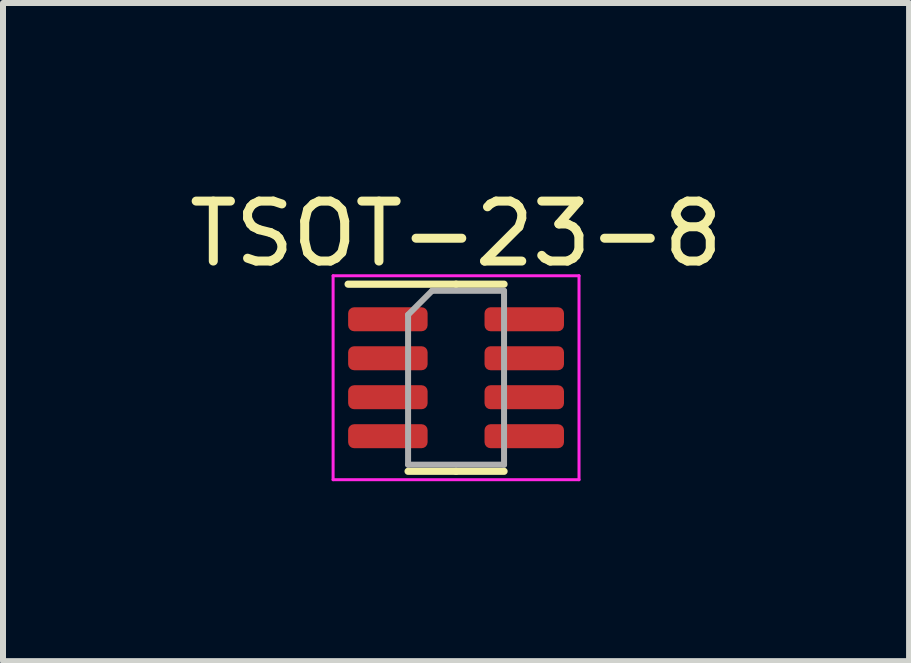
<source format=kicad_pcb>
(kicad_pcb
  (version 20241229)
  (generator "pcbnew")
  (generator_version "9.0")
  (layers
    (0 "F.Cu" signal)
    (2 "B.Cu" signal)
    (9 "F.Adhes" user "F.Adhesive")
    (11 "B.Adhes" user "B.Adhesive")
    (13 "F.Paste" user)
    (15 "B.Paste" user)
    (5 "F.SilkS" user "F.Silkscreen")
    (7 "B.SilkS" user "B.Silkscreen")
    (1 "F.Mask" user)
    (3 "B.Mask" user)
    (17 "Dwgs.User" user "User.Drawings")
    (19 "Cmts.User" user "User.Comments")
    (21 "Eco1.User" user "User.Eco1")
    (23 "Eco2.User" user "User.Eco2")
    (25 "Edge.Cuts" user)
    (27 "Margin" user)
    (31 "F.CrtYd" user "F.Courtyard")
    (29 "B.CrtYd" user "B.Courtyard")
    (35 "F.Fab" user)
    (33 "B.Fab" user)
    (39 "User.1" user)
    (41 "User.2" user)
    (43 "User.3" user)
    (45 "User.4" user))
  (footprint "TSOT-23-8"
    (layer "F.Cu")
    (at 4.554 3.248)
    (property "Reference" "TSOT-23-8" (at 0 -2.4 0) (layer "F.SilkS") (effects (font (size 1 1) (thickness 0.15))))
    (attr smd)
    (fp_line (start 0 -1.56) (end -1.8 -1.56) (stroke (width 0.12) (type solid)) (layer "F.SilkS"))
    (fp_line (start 0 -1.56) (end 0.8 -1.56) (stroke (width 0.12) (type solid)) (layer "F.SilkS"))
    (fp_line (start 0 1.56) (end -0.8 1.56) (stroke (width 0.12) (type solid)) (layer "F.SilkS"))
    (fp_line (start 0 1.56) (end 0.8 1.56) (stroke (width 0.12) (type solid)) (layer "F.SilkS"))
    (fp_line (start -2.05 -1.7) (end -2.05 1.7) (stroke (width 0.05) (type solid)) (layer "F.CrtYd"))
    (fp_line (start -2.05 1.7) (end 2.05 1.7) (stroke (width 0.05) (type solid)) (layer "F.CrtYd"))
    (fp_line (start 2.05 -1.7) (end -2.05 -1.7) (stroke (width 0.05) (type solid)) (layer "F.CrtYd"))
    (fp_line (start 2.05 1.7) (end 2.05 -1.7) (stroke (width 0.05) (type solid)) (layer "F.CrtYd"))
    (fp_line (start -0.8 -1.05) (end -0.4 -1.45) (stroke (width 0.1) (type solid)) (layer "F.Fab"))
    (fp_line (start -0.8 1.45) (end -0.8 -1.05) (stroke (width 0.1) (type solid)) (layer "F.Fab"))
    (fp_line (start -0.4 -1.45) (end 0.8 -1.45) (stroke (width 0.1) (type solid)) (layer "F.Fab"))
    (fp_line (start 0.8 -1.45) (end 0.8 1.45) (stroke (width 0.1) (type solid)) (layer "F.Fab"))
    (fp_line (start 0.8 1.45) (end -0.8 1.45) (stroke (width 0.1) (type solid)) (layer "F.Fab"))
    (pad "1" smd roundrect (at -1.137 -0.975) (size 1.325 0.4) (layers "F.Cu" "F.Mask" "F.Paste") (roundrect_rratio 0.25))
    (pad "2" smd roundrect (at -1.137 -0.325) (size 1.325 0.4) (layers "F.Cu" "F.Mask" "F.Paste") (roundrect_rratio 0.25))
    (pad "3" smd roundrect (at -1.137 0.325) (size 1.325 0.4) (layers "F.Cu" "F.Mask" "F.Paste") (roundrect_rratio 0.25))
    (pad "4" smd roundrect (at -1.137 0.975) (size 1.325 0.4) (layers "F.Cu" "F.Mask" "F.Paste") (roundrect_rratio 0.25))
    (pad "5" smd roundrect (at 1.137 0.975) (size 1.325 0.4) (layers "F.Cu" "F.Mask" "F.Paste") (roundrect_rratio 0.25))
    (pad "6" smd roundrect (at 1.137 0.325) (size 1.325 0.4) (layers "F.Cu" "F.Mask" "F.Paste") (roundrect_rratio 0.25))
    (pad "7" smd roundrect (at 1.137 -0.325) (size 1.325 0.4) (layers "F.Cu" "F.Mask" "F.Paste") (roundrect_rratio 0.25))
    (pad "8" smd roundrect (at 1.137 -0.975) (size 1.325 0.4) (layers "F.Cu" "F.Mask" "F.Paste") (roundrect_rratio 0.25)))
  (gr_rect
    (start -3 -3)
    (end 12.107 7.973)
    (stroke (width 0.1) (type default))
    (fill no)
    (layer "Edge.Cuts")))
</source>
